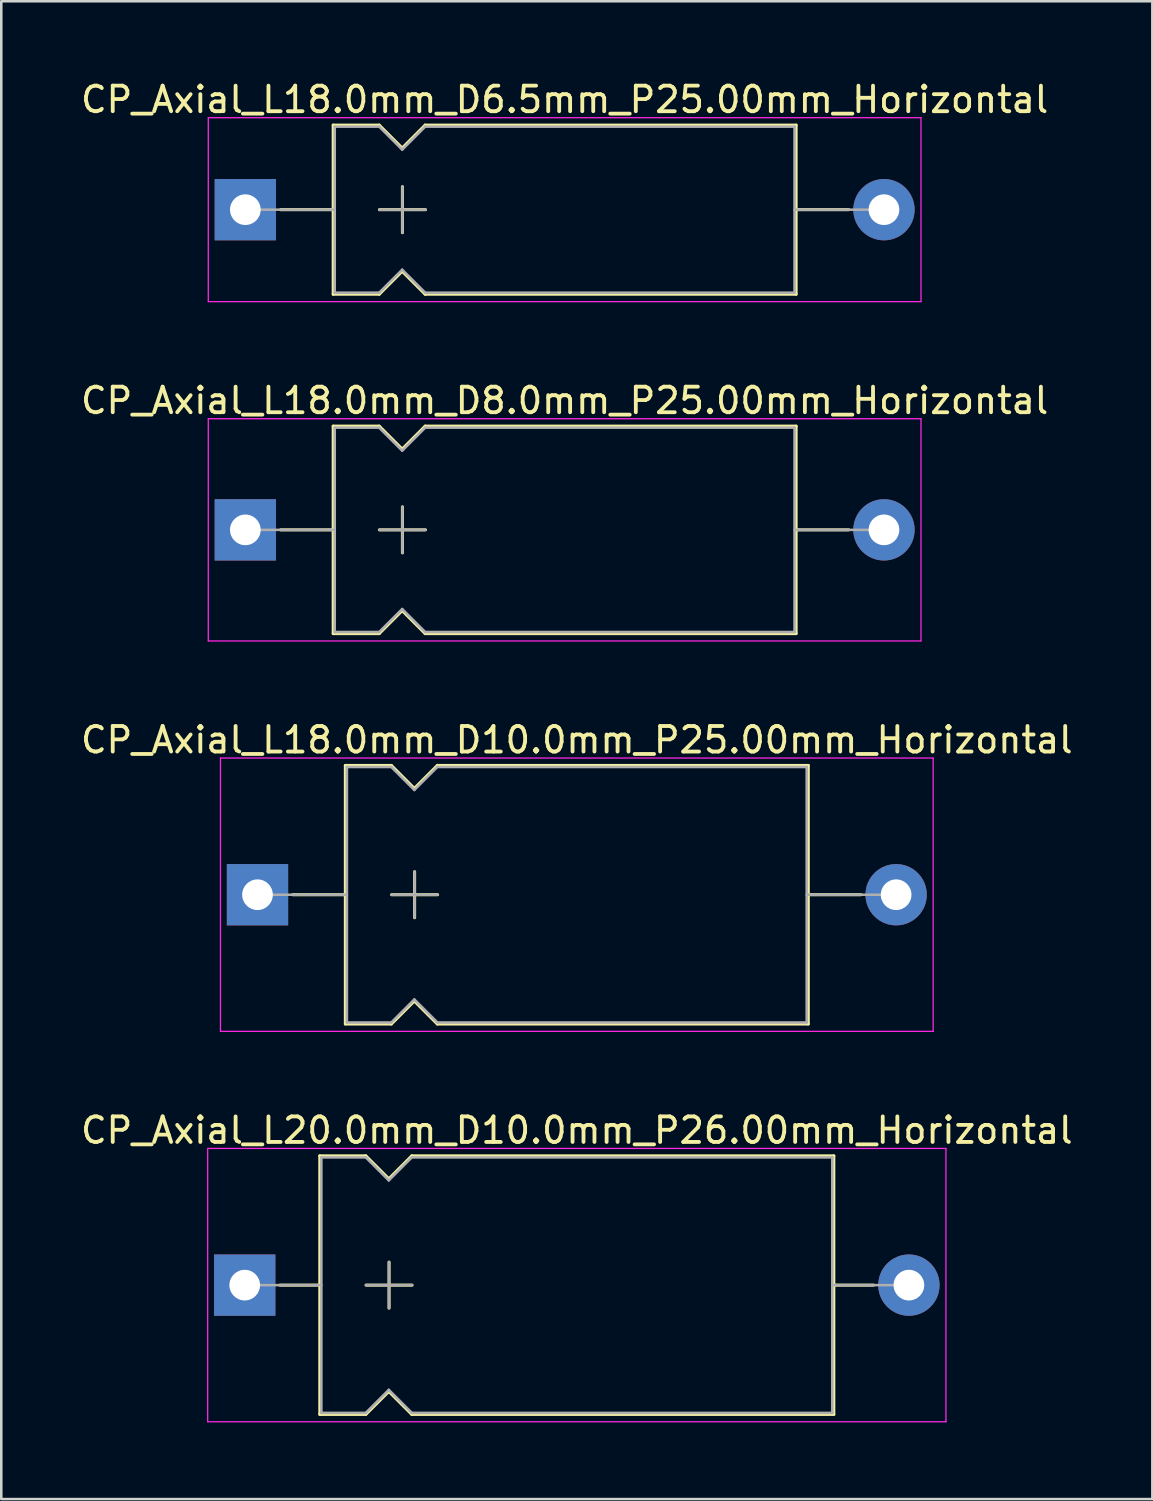
<source format=kicad_pcb>
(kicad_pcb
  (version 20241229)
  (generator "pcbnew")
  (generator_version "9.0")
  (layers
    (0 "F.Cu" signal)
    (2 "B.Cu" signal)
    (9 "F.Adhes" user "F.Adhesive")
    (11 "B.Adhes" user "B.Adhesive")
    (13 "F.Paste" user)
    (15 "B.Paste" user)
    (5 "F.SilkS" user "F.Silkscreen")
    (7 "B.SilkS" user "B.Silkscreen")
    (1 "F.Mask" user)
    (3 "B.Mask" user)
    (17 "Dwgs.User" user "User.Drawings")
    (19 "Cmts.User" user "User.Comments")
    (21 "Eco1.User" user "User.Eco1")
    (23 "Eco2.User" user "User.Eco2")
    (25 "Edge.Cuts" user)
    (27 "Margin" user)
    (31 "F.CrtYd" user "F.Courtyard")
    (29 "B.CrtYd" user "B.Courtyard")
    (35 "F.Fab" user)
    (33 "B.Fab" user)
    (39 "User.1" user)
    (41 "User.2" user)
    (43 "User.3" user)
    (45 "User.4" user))
  (footprint "CP_Axial_L18.0mm_D6.5mm_P25.00mm_Horizontal"
    (layer "F.Cu")
    (at 6.554 5.158)
    (property "Reference" "CP_Axial_L18.0mm_D6.5mm_P25.00mm_Horizontal" (at 12.5 -4.31 0) (layer "F.SilkS") (effects (font (size 1 1) (thickness 0.15))))
    (attr through_hole)
    (fp_line (start 1.38 0) (end 3.44 0) (stroke (width 0.12) (type solid)) (layer "F.SilkS"))
    (fp_line (start 3.44 -3.31) (end 3.44 3.31) (stroke (width 0.12) (type solid)) (layer "F.SilkS"))
    (fp_line (start 3.44 -3.31) (end 5.24 -3.31) (stroke (width 0.12) (type solid)) (layer "F.SilkS"))
    (fp_line (start 3.44 3.31) (end 5.24 3.31) (stroke (width 0.12) (type solid)) (layer "F.SilkS"))
    (fp_line (start 5.24 -3.31) (end 6.14 -2.41) (stroke (width 0.12) (type solid)) (layer "F.SilkS"))
    (fp_line (start 5.24 3.31) (end 6.14 2.41) (stroke (width 0.12) (type solid)) (layer "F.SilkS"))
    (fp_line (start 5.25 0) (end 7.05 0) (stroke (width 0.12) (type solid)) (layer "F.SilkS"))
    (fp_line (start 6.14 -2.41) (end 7.04 -3.31) (stroke (width 0.12) (type solid)) (layer "F.SilkS"))
    (fp_line (start 6.14 2.41) (end 7.04 3.31) (stroke (width 0.12) (type solid)) (layer "F.SilkS"))
    (fp_line (start 6.15 -0.9) (end 6.15 0.9) (stroke (width 0.12) (type solid)) (layer "F.SilkS"))
    (fp_line (start 7.04 -3.31) (end 21.56 -3.31) (stroke (width 0.12) (type solid)) (layer "F.SilkS"))
    (fp_line (start 7.04 3.31) (end 21.56 3.31) (stroke (width 0.12) (type solid)) (layer "F.SilkS"))
    (fp_line (start 21.56 -3.31) (end 21.56 3.31) (stroke (width 0.12) (type solid)) (layer "F.SilkS"))
    (fp_line (start 23.62 0) (end 21.56 0) (stroke (width 0.12) (type solid)) (layer "F.SilkS"))
    (fp_line (start -1.45 -3.6) (end -1.45 3.6) (stroke (width 0.05) (type solid)) (layer "F.CrtYd"))
    (fp_line (start -1.45 3.6) (end 26.45 3.6) (stroke (width 0.05) (type solid)) (layer "F.CrtYd"))
    (fp_line (start 26.45 -3.6) (end -1.45 -3.6) (stroke (width 0.05) (type solid)) (layer "F.CrtYd"))
    (fp_line (start 26.45 3.6) (end 26.45 -3.6) (stroke (width 0.05) (type solid)) (layer "F.CrtYd"))
    (fp_line (start 0 0) (end 3.5 0) (stroke (width 0.1) (type solid)) (layer "F.Fab"))
    (fp_line (start 3.5 -3.25) (end 3.5 3.25) (stroke (width 0.1) (type solid)) (layer "F.Fab"))
    (fp_line (start 3.5 -3.25) (end 5.24 -3.25) (stroke (width 0.1) (type solid)) (layer "F.Fab"))
    (fp_line (start 3.5 3.25) (end 5.24 3.25) (stroke (width 0.1) (type solid)) (layer "F.Fab"))
    (fp_line (start 5.24 -3.25) (end 6.14 -2.35) (stroke (width 0.1) (type solid)) (layer "F.Fab"))
    (fp_line (start 5.24 3.25) (end 6.14 2.35) (stroke (width 0.1) (type solid)) (layer "F.Fab"))
    (fp_line (start 5.25 0) (end 7.05 0) (stroke (width 0.1) (type solid)) (layer "F.Fab"))
    (fp_line (start 6.14 -2.35) (end 7.04 -3.25) (stroke (width 0.1) (type solid)) (layer "F.Fab"))
    (fp_line (start 6.14 2.35) (end 7.04 3.25) (stroke (width 0.1) (type solid)) (layer "F.Fab"))
    (fp_line (start 6.15 -0.9) (end 6.15 0.9) (stroke (width 0.1) (type solid)) (layer "F.Fab"))
    (fp_line (start 7.04 -3.25) (end 21.5 -3.25) (stroke (width 0.1) (type solid)) (layer "F.Fab"))
    (fp_line (start 7.04 3.25) (end 21.5 3.25) (stroke (width 0.1) (type solid)) (layer "F.Fab"))
    (fp_line (start 21.5 -3.25) (end 21.5 3.25) (stroke (width 0.1) (type solid)) (layer "F.Fab"))
    (fp_line (start 25 0) (end 21.5 0) (stroke (width 0.1) (type solid)) (layer "F.Fab"))
    (pad "1" thru_hole rect (at 0 0) (size 2.4 2.4) (drill 1.2) (layers "*.Cu" "*.Mask"))
    (pad "2" thru_hole oval (at 25 0) (size 2.4 2.4) (drill 1.2) (layers "*.Cu" "*.Mask")))
  (footprint "CP_Axial_L18.0mm_D10.0mm_P25.00mm_Horizontal"
    (layer "F.Cu")
    (at 7.03 31.975)
    (property "Reference" "CP_Axial_L18.0mm_D10.0mm_P25.00mm_Horizontal" (at 12.5 -6.06 0) (layer "F.SilkS") (effects (font (size 1 1) (thickness 0.15))))
    (attr through_hole)
    (fp_line (start 1.38 0) (end 3.44 0) (stroke (width 0.12) (type solid)) (layer "F.SilkS"))
    (fp_line (start 3.44 -5.06) (end 3.44 5.06) (stroke (width 0.12) (type solid)) (layer "F.SilkS"))
    (fp_line (start 3.44 -5.06) (end 5.24 -5.06) (stroke (width 0.12) (type solid)) (layer "F.SilkS"))
    (fp_line (start 3.44 5.06) (end 5.24 5.06) (stroke (width 0.12) (type solid)) (layer "F.SilkS"))
    (fp_line (start 5.24 -5.06) (end 6.14 -4.16) (stroke (width 0.12) (type solid)) (layer "F.SilkS"))
    (fp_line (start 5.24 5.06) (end 6.14 4.16) (stroke (width 0.12) (type solid)) (layer "F.SilkS"))
    (fp_line (start 5.25 0) (end 7.05 0) (stroke (width 0.12) (type solid)) (layer "F.SilkS"))
    (fp_line (start 6.14 -4.16) (end 7.04 -5.06) (stroke (width 0.12) (type solid)) (layer "F.SilkS"))
    (fp_line (start 6.14 4.16) (end 7.04 5.06) (stroke (width 0.12) (type solid)) (layer "F.SilkS"))
    (fp_line (start 6.15 -0.9) (end 6.15 0.9) (stroke (width 0.12) (type solid)) (layer "F.SilkS"))
    (fp_line (start 7.04 -5.06) (end 21.56 -5.06) (stroke (width 0.12) (type solid)) (layer "F.SilkS"))
    (fp_line (start 7.04 5.06) (end 21.56 5.06) (stroke (width 0.12) (type solid)) (layer "F.SilkS"))
    (fp_line (start 21.56 -5.06) (end 21.56 5.06) (stroke (width 0.12) (type solid)) (layer "F.SilkS"))
    (fp_line (start 23.62 0) (end 21.56 0) (stroke (width 0.12) (type solid)) (layer "F.SilkS"))
    (fp_line (start -1.45 -5.35) (end -1.45 5.35) (stroke (width 0.05) (type solid)) (layer "F.CrtYd"))
    (fp_line (start -1.45 5.35) (end 26.45 5.35) (stroke (width 0.05) (type solid)) (layer "F.CrtYd"))
    (fp_line (start 26.45 -5.35) (end -1.45 -5.35) (stroke (width 0.05) (type solid)) (layer "F.CrtYd"))
    (fp_line (start 26.45 5.35) (end 26.45 -5.35) (stroke (width 0.05) (type solid)) (layer "F.CrtYd"))
    (fp_line (start 0 0) (end 3.5 0) (stroke (width 0.1) (type solid)) (layer "F.Fab"))
    (fp_line (start 3.5 -5) (end 3.5 5) (stroke (width 0.1) (type solid)) (layer "F.Fab"))
    (fp_line (start 3.5 -5) (end 5.24 -5) (stroke (width 0.1) (type solid)) (layer "F.Fab"))
    (fp_line (start 3.5 5) (end 5.24 5) (stroke (width 0.1) (type solid)) (layer "F.Fab"))
    (fp_line (start 5.24 -5) (end 6.14 -4.1) (stroke (width 0.1) (type solid)) (layer "F.Fab"))
    (fp_line (start 5.24 5) (end 6.14 4.1) (stroke (width 0.1) (type solid)) (layer "F.Fab"))
    (fp_line (start 5.25 0) (end 7.05 0) (stroke (width 0.1) (type solid)) (layer "F.Fab"))
    (fp_line (start 6.14 -4.1) (end 7.04 -5) (stroke (width 0.1) (type solid)) (layer "F.Fab"))
    (fp_line (start 6.14 4.1) (end 7.04 5) (stroke (width 0.1) (type solid)) (layer "F.Fab"))
    (fp_line (start 6.15 -0.9) (end 6.15 0.9) (stroke (width 0.1) (type solid)) (layer "F.Fab"))
    (fp_line (start 7.04 -5) (end 21.5 -5) (stroke (width 0.1) (type solid)) (layer "F.Fab"))
    (fp_line (start 7.04 5) (end 21.5 5) (stroke (width 0.1) (type solid)) (layer "F.Fab"))
    (fp_line (start 21.5 -5) (end 21.5 5) (stroke (width 0.1) (type solid)) (layer "F.Fab"))
    (fp_line (start 25 0) (end 21.5 0) (stroke (width 0.1) (type solid)) (layer "F.Fab"))
    (pad "1" thru_hole rect (at 0 0) (size 2.4 2.4) (drill 1.2) (layers "*.Cu" "*.Mask"))
    (pad "2" thru_hole oval (at 25 0) (size 2.4 2.4) (drill 1.2) (layers "*.Cu" "*.Mask")))
  (footprint "CP_Axial_L18.0mm_D8.0mm_P25.00mm_Horizontal"
    (layer "F.Cu")
    (at 6.554 17.692)
    (property "Reference" "CP_Axial_L18.0mm_D8.0mm_P25.00mm_Horizontal" (at 12.5 -5.06 0) (layer "F.SilkS") (effects (font (size 1 1) (thickness 0.15))))
    (attr through_hole)
    (fp_line (start 1.38 0) (end 3.44 0) (stroke (width 0.12) (type solid)) (layer "F.SilkS"))
    (fp_line (start 3.44 -4.06) (end 3.44 4.06) (stroke (width 0.12) (type solid)) (layer "F.SilkS"))
    (fp_line (start 3.44 -4.06) (end 5.24 -4.06) (stroke (width 0.12) (type solid)) (layer "F.SilkS"))
    (fp_line (start 3.44 4.06) (end 5.24 4.06) (stroke (width 0.12) (type solid)) (layer "F.SilkS"))
    (fp_line (start 5.24 -4.06) (end 6.14 -3.16) (stroke (width 0.12) (type solid)) (layer "F.SilkS"))
    (fp_line (start 5.24 4.06) (end 6.14 3.16) (stroke (width 0.12) (type solid)) (layer "F.SilkS"))
    (fp_line (start 5.25 0) (end 7.05 0) (stroke (width 0.12) (type solid)) (layer "F.SilkS"))
    (fp_line (start 6.14 -3.16) (end 7.04 -4.06) (stroke (width 0.12) (type solid)) (layer "F.SilkS"))
    (fp_line (start 6.14 3.16) (end 7.04 4.06) (stroke (width 0.12) (type solid)) (layer "F.SilkS"))
    (fp_line (start 6.15 -0.9) (end 6.15 0.9) (stroke (width 0.12) (type solid)) (layer "F.SilkS"))
    (fp_line (start 7.04 -4.06) (end 21.56 -4.06) (stroke (width 0.12) (type solid)) (layer "F.SilkS"))
    (fp_line (start 7.04 4.06) (end 21.56 4.06) (stroke (width 0.12) (type solid)) (layer "F.SilkS"))
    (fp_line (start 21.56 -4.06) (end 21.56 4.06) (stroke (width 0.12) (type solid)) (layer "F.SilkS"))
    (fp_line (start 23.62 0) (end 21.56 0) (stroke (width 0.12) (type solid)) (layer "F.SilkS"))
    (fp_line (start -1.45 -4.35) (end -1.45 4.35) (stroke (width 0.05) (type solid)) (layer "F.CrtYd"))
    (fp_line (start -1.45 4.35) (end 26.45 4.35) (stroke (width 0.05) (type solid)) (layer "F.CrtYd"))
    (fp_line (start 26.45 -4.35) (end -1.45 -4.35) (stroke (width 0.05) (type solid)) (layer "F.CrtYd"))
    (fp_line (start 26.45 4.35) (end 26.45 -4.35) (stroke (width 0.05) (type solid)) (layer "F.CrtYd"))
    (fp_line (start 0 0) (end 3.5 0) (stroke (width 0.1) (type solid)) (layer "F.Fab"))
    (fp_line (start 3.5 -4) (end 3.5 4) (stroke (width 0.1) (type solid)) (layer "F.Fab"))
    (fp_line (start 3.5 -4) (end 5.24 -4) (stroke (width 0.1) (type solid)) (layer "F.Fab"))
    (fp_line (start 3.5 4) (end 5.24 4) (stroke (width 0.1) (type solid)) (layer "F.Fab"))
    (fp_line (start 5.24 -4) (end 6.14 -3.1) (stroke (width 0.1) (type solid)) (layer "F.Fab"))
    (fp_line (start 5.24 4) (end 6.14 3.1) (stroke (width 0.1) (type solid)) (layer "F.Fab"))
    (fp_line (start 5.25 0) (end 7.05 0) (stroke (width 0.1) (type solid)) (layer "F.Fab"))
    (fp_line (start 6.14 -3.1) (end 7.04 -4) (stroke (width 0.1) (type solid)) (layer "F.Fab"))
    (fp_line (start 6.14 3.1) (end 7.04 4) (stroke (width 0.1) (type solid)) (layer "F.Fab"))
    (fp_line (start 6.15 -0.9) (end 6.15 0.9) (stroke (width 0.1) (type solid)) (layer "F.Fab"))
    (fp_line (start 7.04 -4) (end 21.5 -4) (stroke (width 0.1) (type solid)) (layer "F.Fab"))
    (fp_line (start 7.04 4) (end 21.5 4) (stroke (width 0.1) (type solid)) (layer "F.Fab"))
    (fp_line (start 21.5 -4) (end 21.5 4) (stroke (width 0.1) (type solid)) (layer "F.Fab"))
    (fp_line (start 25 0) (end 21.5 0) (stroke (width 0.1) (type solid)) (layer "F.Fab"))
    (pad "1" thru_hole rect (at 0 0) (size 2.4 2.4) (drill 1.2) (layers "*.Cu" "*.Mask"))
    (pad "2" thru_hole oval (at 25 0) (size 2.4 2.4) (drill 1.2) (layers "*.Cu" "*.Mask")))
  (footprint "CP_Axial_L20.0mm_D10.0mm_P26.00mm_Horizontal"
    (layer "F.Cu")
    (at 6.53 47.258)
    (property "Reference" "CP_Axial_L20.0mm_D10.0mm_P26.00mm_Horizontal" (at 13 -6.06 0) (layer "F.SilkS") (effects (font (size 1 1) (thickness 0.15))))
    (attr through_hole)
    (fp_line (start 1.38 0) (end 2.94 0) (stroke (width 0.12) (type solid)) (layer "F.SilkS"))
    (fp_line (start 2.94 -5.06) (end 2.94 5.06) (stroke (width 0.12) (type solid)) (layer "F.SilkS"))
    (fp_line (start 2.94 -5.06) (end 4.74 -5.06) (stroke (width 0.12) (type solid)) (layer "F.SilkS"))
    (fp_line (start 2.94 5.06) (end 4.74 5.06) (stroke (width 0.12) (type solid)) (layer "F.SilkS"))
    (fp_line (start 4.74 -5.06) (end 5.64 -4.16) (stroke (width 0.12) (type solid)) (layer "F.SilkS"))
    (fp_line (start 4.74 5.06) (end 5.64 4.16) (stroke (width 0.12) (type solid)) (layer "F.SilkS"))
    (fp_line (start 4.75 0) (end 6.55 0) (stroke (width 0.12) (type solid)) (layer "F.SilkS"))
    (fp_line (start 5.64 -4.16) (end 6.54 -5.06) (stroke (width 0.12) (type solid)) (layer "F.SilkS"))
    (fp_line (start 5.64 4.16) (end 6.54 5.06) (stroke (width 0.12) (type solid)) (layer "F.SilkS"))
    (fp_line (start 5.65 -0.9) (end 5.65 0.9) (stroke (width 0.12) (type solid)) (layer "F.SilkS"))
    (fp_line (start 6.54 -5.06) (end 23.06 -5.06) (stroke (width 0.12) (type solid)) (layer "F.SilkS"))
    (fp_line (start 6.54 5.06) (end 23.06 5.06) (stroke (width 0.12) (type solid)) (layer "F.SilkS"))
    (fp_line (start 23.06 -5.06) (end 23.06 5.06) (stroke (width 0.12) (type solid)) (layer "F.SilkS"))
    (fp_line (start 24.62 0) (end 23.06 0) (stroke (width 0.12) (type solid)) (layer "F.SilkS"))
    (fp_line (start -1.45 -5.35) (end -1.45 5.35) (stroke (width 0.05) (type solid)) (layer "F.CrtYd"))
    (fp_line (start -1.45 5.35) (end 27.45 5.35) (stroke (width 0.05) (type solid)) (layer "F.CrtYd"))
    (fp_line (start 27.45 -5.35) (end -1.45 -5.35) (stroke (width 0.05) (type solid)) (layer "F.CrtYd"))
    (fp_line (start 27.45 5.35) (end 27.45 -5.35) (stroke (width 0.05) (type solid)) (layer "F.CrtYd"))
    (fp_line (start 0 0) (end 3 0) (stroke (width 0.1) (type solid)) (layer "F.Fab"))
    (fp_line (start 3 -5) (end 3 5) (stroke (width 0.1) (type solid)) (layer "F.Fab"))
    (fp_line (start 3 -5) (end 4.74 -5) (stroke (width 0.1) (type solid)) (layer "F.Fab"))
    (fp_line (start 3 5) (end 4.74 5) (stroke (width 0.1) (type solid)) (layer "F.Fab"))
    (fp_line (start 4.74 -5) (end 5.64 -4.1) (stroke (width 0.1) (type solid)) (layer "F.Fab"))
    (fp_line (start 4.74 5) (end 5.64 4.1) (stroke (width 0.1) (type solid)) (layer "F.Fab"))
    (fp_line (start 4.75 0) (end 6.55 0) (stroke (width 0.1) (type solid)) (layer "F.Fab"))
    (fp_line (start 5.64 -4.1) (end 6.54 -5) (stroke (width 0.1) (type solid)) (layer "F.Fab"))
    (fp_line (start 5.64 4.1) (end 6.54 5) (stroke (width 0.1) (type solid)) (layer "F.Fab"))
    (fp_line (start 5.65 -0.9) (end 5.65 0.9) (stroke (width 0.1) (type solid)) (layer "F.Fab"))
    (fp_line (start 6.54 -5) (end 23 -5) (stroke (width 0.1) (type solid)) (layer "F.Fab"))
    (fp_line (start 6.54 5) (end 23 5) (stroke (width 0.1) (type solid)) (layer "F.Fab"))
    (fp_line (start 23 -5) (end 23 5) (stroke (width 0.1) (type solid)) (layer "F.Fab"))
    (fp_line (start 26 0) (end 23 0) (stroke (width 0.1) (type solid)) (layer "F.Fab"))
    (pad "1" thru_hole rect (at 0 0) (size 2.4 2.4) (drill 1.2) (layers "*.Cu" "*.Mask"))
    (pad "2" thru_hole oval (at 26 0) (size 2.4 2.4) (drill 1.2) (layers "*.Cu" "*.Mask")))
  (gr_rect
    (start -3 -3)
    (end 42.06 55.633)
    (stroke (width 0.1) (type default))
    (fill no)
    (layer "Edge.Cuts")))
</source>
